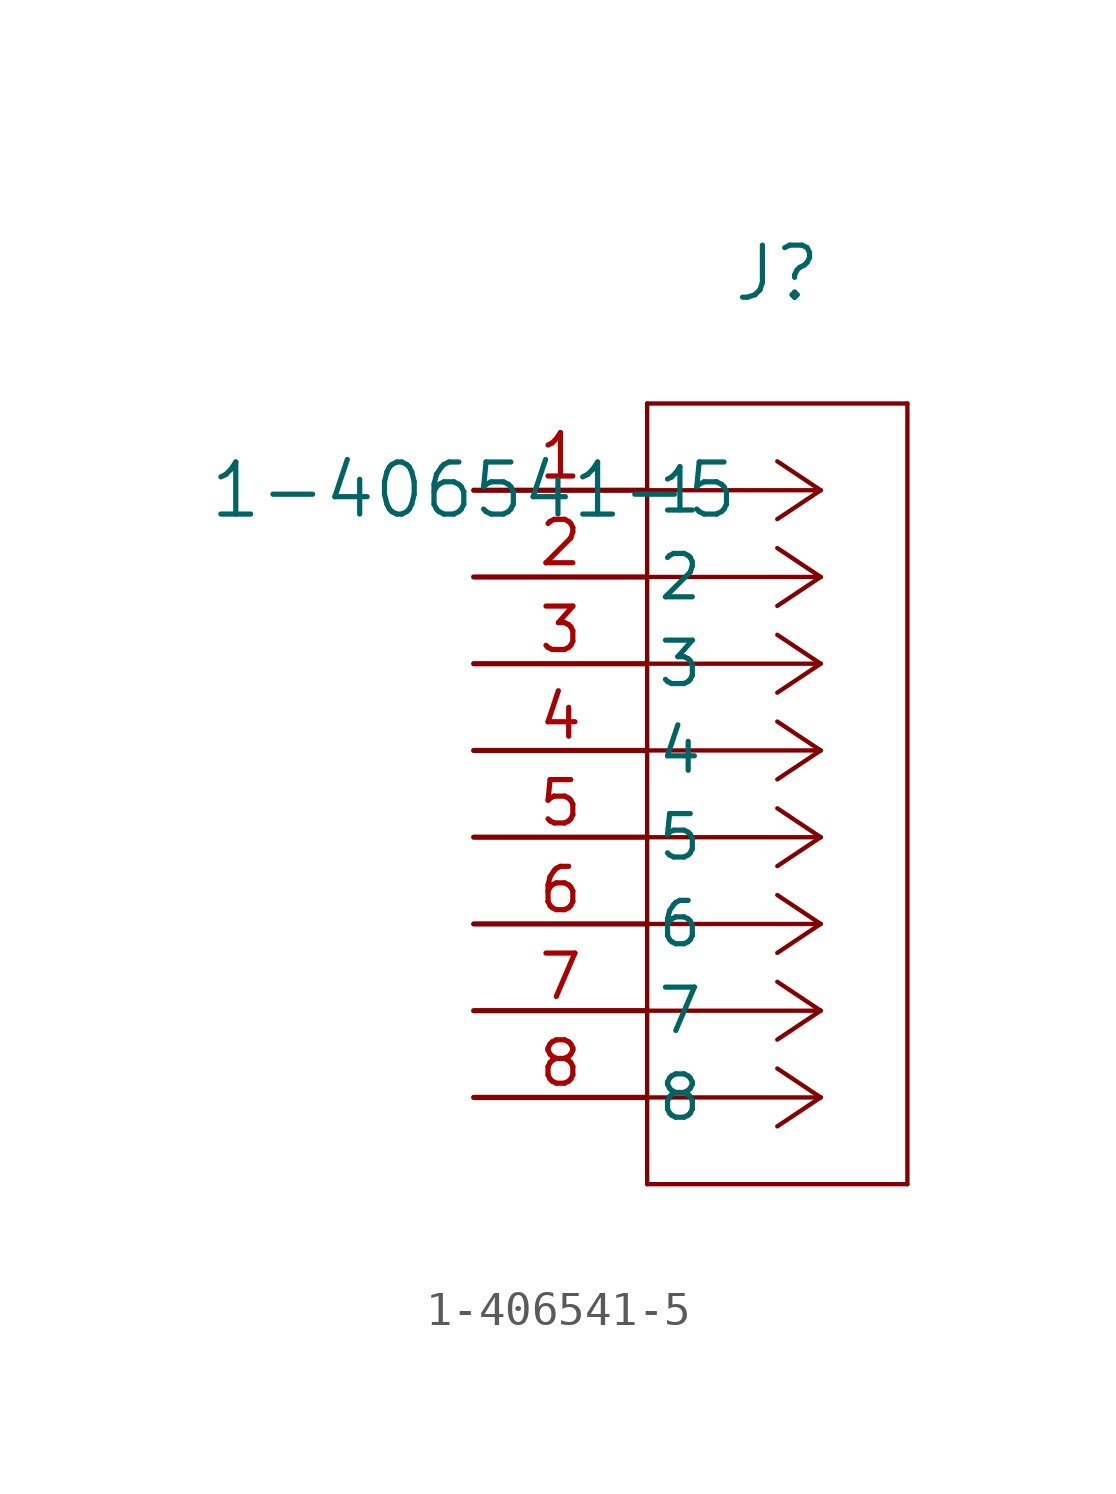
<source format=kicad_sym>
(kicad_symbol_lib
  (version 20211014)
  (generator kicad_symbol_editor)
  (symbol "1-406541-5"
    (pin_names
      (offset 0.254))
    (property "Reference" "J"
      (at 8.89 6.35 0)
      (effects (font (size 1.524 1.524))))
    (property "Value" "1-406541-5"
      (at 0 0 0)
      (effects (font (size 1.524 1.524))))
    (symbol "1-406541-5_0_1"
      (polyline (pts (xy 10.16 0) (xy 5.08 0)) (stroke (width 0.127) (type default) (color 0 0 0 0)) (fill (type none)))
      (polyline (pts (xy 10.16 -2.54) (xy 5.08 -2.54)) (stroke (width 0.127) (type default) (color 0 0 0 0)) (fill (type none)))
      (polyline (pts (xy 10.16 -5.08) (xy 5.08 -5.08)) (stroke (width 0.127) (type default) (color 0 0 0 0)) (fill (type none)))
      (polyline (pts (xy 10.16 -7.62) (xy 5.08 -7.62)) (stroke (width 0.127) (type default) (color 0 0 0 0)) (fill (type none)))
      (polyline (pts (xy 10.16 -10.16) (xy 5.08 -10.16)) (stroke (width 0.127) (type default) (color 0 0 0 0)) (fill (type none)))
      (polyline (pts (xy 10.16 -12.7) (xy 5.08 -12.7)) (stroke (width 0.127) (type default) (color 0 0 0 0)) (fill (type none)))
      (polyline (pts (xy 10.16 -15.24) (xy 5.08 -15.24)) (stroke (width 0.127) (type default) (color 0 0 0 0)) (fill (type none)))
      (polyline (pts (xy 10.16 -17.78) (xy 5.08 -17.78)) (stroke (width 0.127) (type default) (color 0 0 0 0)) (fill (type none)))
      (polyline (pts (xy 10.16 0) (xy 8.89 0.847)) (stroke (width 0.127) (type default) (color 0 0 0 0)) (fill (type none)))
      (polyline (pts (xy 10.16 -2.54) (xy 8.89 -1.693)) (stroke (width 0.127) (type default) (color 0 0 0 0)) (fill (type none)))
      (polyline (pts (xy 10.16 -5.08) (xy 8.89 -4.233)) (stroke (width 0.127) (type default) (color 0 0 0 0)) (fill (type none)))
      (polyline (pts (xy 10.16 -7.62) (xy 8.89 -6.773)) (stroke (width 0.127) (type default) (color 0 0 0 0)) (fill (type none)))
      (polyline (pts (xy 10.16 -10.16) (xy 8.89 -9.313)) (stroke (width 0.127) (type default) (color 0 0 0 0)) (fill (type none)))
      (polyline (pts (xy 10.16 -12.7) (xy 8.89 -11.853)) (stroke (width 0.127) (type default) (color 0 0 0 0)) (fill (type none)))
      (polyline (pts (xy 10.16 -15.24) (xy 8.89 -14.393)) (stroke (width 0.127) (type default) (color 0 0 0 0)) (fill (type none)))
      (polyline (pts (xy 10.16 -17.78) (xy 8.89 -16.933)) (stroke (width 0.127) (type default) (color 0 0 0 0)) (fill (type none)))
      (polyline (pts (xy 10.16 0) (xy 8.89 -0.847)) (stroke (width 0.127) (type default) (color 0 0 0 0)) (fill (type none)))
      (polyline (pts (xy 10.16 -2.54) (xy 8.89 -3.387)) (stroke (width 0.127) (type default) (color 0 0 0 0)) (fill (type none)))
      (polyline (pts (xy 10.16 -5.08) (xy 8.89 -5.927)) (stroke (width 0.127) (type default) (color 0 0 0 0)) (fill (type none)))
      (polyline (pts (xy 10.16 -7.62) (xy 8.89 -8.467)) (stroke (width 0.127) (type default) (color 0 0 0 0)) (fill (type none)))
      (polyline (pts (xy 10.16 -10.16) (xy 8.89 -11.007)) (stroke (width 0.127) (type default) (color 0 0 0 0)) (fill (type none)))
      (polyline (pts (xy 10.16 -12.7) (xy 8.89 -13.547)) (stroke (width 0.127) (type default) (color 0 0 0 0)) (fill (type none)))
      (polyline (pts (xy 10.16 -15.24) (xy 8.89 -16.087)) (stroke (width 0.127) (type default) (color 0 0 0 0)) (fill (type none)))
      (polyline (pts (xy 10.16 -17.78) (xy 8.89 -18.627)) (stroke (width 0.127) (type default) (color 0 0 0 0)) (fill (type none)))
      (polyline (pts (xy 5.08 2.54) (xy 5.08 -20.32)) (stroke (width 0.127) (type default) (color 0 0 0 0)) (fill (type none)))
      (polyline (pts (xy 5.08 -20.32) (xy 12.7 -20.32)) (stroke (width 0.127) (type default) (color 0 0 0 0)) (fill (type none)))
      (polyline (pts (xy 12.7 -20.32) (xy 12.7 2.54)) (stroke (width 0.127) (type default) (color 0 0 0 0)) (fill (type none)))
      (polyline (pts (xy 12.7 2.54) (xy 5.08 2.54)) (stroke (width 0.127) (type default) (color 0 0 0 0)) (fill (type none)))
      (pin unspecified line (at 0 0 0) (length 5.08) (name "1" (effects (font (size 1.27 1.27)))) (number "1" (effects (font (size 1.27 1.27)))))
      (pin unspecified line (at 0 -2.54 0) (length 5.08) (name "2" (effects (font (size 1.27 1.27)))) (number "2" (effects (font (size 1.27 1.27)))))
      (pin unspecified line (at 0 -5.08 0) (length 5.08) (name "3" (effects (font (size 1.27 1.27)))) (number "3" (effects (font (size 1.27 1.27)))))
      (pin unspecified line (at 0 -7.62 0) (length 5.08) (name "4" (effects (font (size 1.27 1.27)))) (number "4" (effects (font (size 1.27 1.27)))))
      (pin unspecified line (at 0 -10.16 0) (length 5.08) (name "5" (effects (font (size 1.27 1.27)))) (number "5" (effects (font (size 1.27 1.27)))))
      (pin unspecified line (at 0 -12.7 0) (length 5.08) (name "6" (effects (font (size 1.27 1.27)))) (number "6" (effects (font (size 1.27 1.27)))))
      (pin unspecified line (at 0 -15.24 0) (length 5.08) (name "7" (effects (font (size 1.27 1.27)))) (number "7" (effects (font (size 1.27 1.27)))))
      (pin unspecified line (at 0 -17.78 0) (length 5.08) (name "8" (effects (font (size 1.27 1.27)))) (number "8" (effects (font (size 1.27 1.27))))))))
</source>
